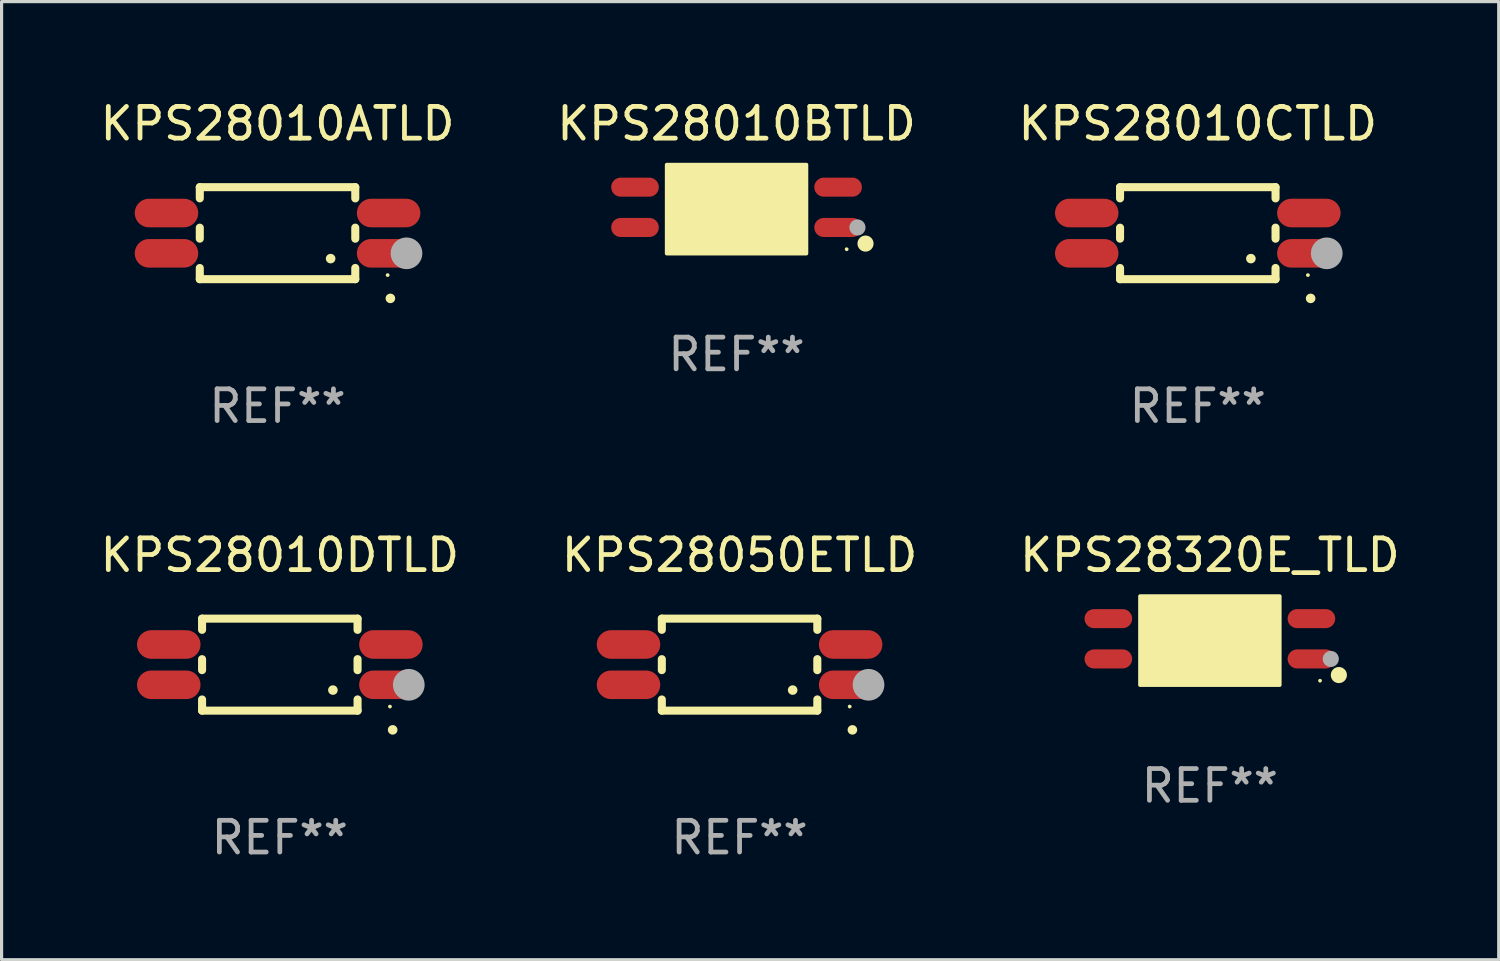
<source format=kicad_pcb>
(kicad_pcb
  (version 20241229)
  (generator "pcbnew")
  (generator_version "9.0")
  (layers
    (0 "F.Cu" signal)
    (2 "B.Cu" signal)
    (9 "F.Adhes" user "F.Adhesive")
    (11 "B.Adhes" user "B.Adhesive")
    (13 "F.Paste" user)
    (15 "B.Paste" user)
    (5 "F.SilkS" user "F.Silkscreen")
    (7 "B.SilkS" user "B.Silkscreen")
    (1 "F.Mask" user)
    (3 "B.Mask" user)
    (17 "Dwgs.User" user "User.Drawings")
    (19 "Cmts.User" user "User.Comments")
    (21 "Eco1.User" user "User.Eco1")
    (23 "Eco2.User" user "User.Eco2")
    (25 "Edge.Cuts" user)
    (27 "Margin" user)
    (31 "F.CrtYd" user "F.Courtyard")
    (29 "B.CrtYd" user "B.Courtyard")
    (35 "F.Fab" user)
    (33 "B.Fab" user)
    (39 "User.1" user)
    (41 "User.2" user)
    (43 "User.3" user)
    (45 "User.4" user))
  (footprint "KPS28320E_TLD"
    (layer "F.Cu")
    (at 35.077 17.08)
    (property "Reference" "KPS28320E_TLD" (at 0 -2.635 0) (layer "F.SilkS") (effects (font (size 1 1) (thickness 0.15))))
    (attr through_hole)
    (fp_arc (start 1.518948 1.015926) (mid 1.521488 1.01591) (end 1.524028 1.015926) (stroke (width 0.4) (type solid)) (layer "F.SilkS"))
    (fp_circle (center 3.47 1.32) (end 3.5 1.32) (stroke (width 0.06) (type solid)) (fill no) (layer "F.SilkS"))
    (fp_circle (center 4.064 1.143) (end 4.191 1.143) (stroke (width 0.254) (type solid)) (fill no) (layer "F.SilkS"))
    (fp_poly (pts (xy -2.2 -1.343) (xy 2.2 -1.343) (xy 2.2 1.457) (xy -2.2 1.457)) (stroke (width 0.12) (type solid)) (fill yes) (layer "F.SilkS"))
    (fp_circle (center 3.81 0.635) (end 3.937 0.635) (stroke (width 0.254) (type solid)) (fill no) (layer "F.Fab"))
    (fp_text user "REF**" (at 0 4.635 0) (layer "F.Fab") (effects (font (size 1 1) (thickness 0.15))))
    (pad "1" smd oval (at 3.2 0.635 270) (size 0.6 1.5) (layers "F.Cu" "F.Mask" "F.Paste"))
    (pad "2" smd oval (at 3.2 -0.635 270) (size 0.6 1.5) (layers "F.Cu" "F.Mask" "F.Paste"))
    (pad "3" smd oval (at -3.2 -0.635 270) (size 0.6 1.5) (layers "F.Cu" "F.Mask" "F.Paste"))
    (pad "4" smd oval (at -3.2 0.635 270) (size 0.6 1.5) (layers "F.Cu" "F.Mask" "F.Paste")))
  (footprint "KPS28010DTLD"
    (layer "F.Cu")
    (at 5.768 17.895)
    (property "Reference" "KPS28010DTLD" (at 0 -3.45 0) (layer "F.SilkS") (effects (font (size 1 1) (thickness 0.15))))
    (attr through_hole)
    (fp_line (start -2.45 -1.45) (end 2.45 -1.45) (stroke (width 0.254) (type solid)) (layer "F.SilkS"))
    (fp_line (start -2.45 -1.097) (end -2.45 -1.45) (stroke (width 0.254) (type solid)) (layer "F.SilkS"))
    (fp_line (start -2.45 0.173) (end -2.45 -0.173) (stroke (width 0.254) (type solid)) (layer "F.SilkS"))
    (fp_line (start -2.45 1.45) (end -2.45 1.097) (stroke (width 0.254) (type solid)) (layer "F.SilkS"))
    (fp_line (start -2.45 1.45) (end 2.45 1.45) (stroke (width 0.254) (type solid)) (layer "F.SilkS"))
    (fp_line (start 2.45 -1.096) (end 2.45 -1.45) (stroke (width 0.254) (type solid)) (layer "F.SilkS"))
    (fp_line (start 2.45 0.174) (end 2.45 -0.174) (stroke (width 0.254) (type solid)) (layer "F.SilkS"))
    (fp_line (start 2.45 1.45) (end 2.45 1.096) (stroke (width 0.254) (type solid)) (layer "F.SilkS"))
    (fp_arc (start 1.671882 0.801372) (mid 1.673152 0.801367) (end 1.674422 0.801372) (stroke (width 0.3) (type solid)) (layer "F.SilkS"))
    (fp_arc (start 3.554737 2.054991) (mid 3.556007 2.054986) (end 3.557277 2.054991) (stroke (width 0.3) (type solid)) (layer "F.SilkS"))
    (fp_circle (center 3.47 1.32) (end 3.5 1.32) (stroke (width 0.06) (type solid)) (fill no) (layer "F.SilkS"))
    (fp_circle (center 4.064 0.635) (end 4.314 0.635) (stroke (width 0.5) (type solid)) (fill no) (layer "F.Fab"))
    (fp_text user "REF**" (at 0 5.45 0) (layer "F.Fab") (effects (font (size 1 1) (thickness 0.15))))
    (pad "1" smd oval (at 3.5 0.635 270) (size 0.9 2) (layers "F.Cu" "F.Mask" "F.Paste"))
    (pad "2" smd oval (at 3.5 -0.635 270) (size 0.9 2) (layers "F.Cu" "F.Mask" "F.Paste"))
    (pad "3" smd oval (at -3.5 -0.635 270) (size 0.9 2) (layers "F.Cu" "F.Mask" "F.Paste"))
    (pad "4" smd oval (at -3.5 0.635 270) (size 0.9 2) (layers "F.Cu" "F.Mask" "F.Paste")))
  (footprint "KPS28010CTLD"
    (layer "F.Cu")
    (at 34.696 4.298)
    (property "Reference" "KPS28010CTLD" (at 0 -3.45 0) (layer "F.SilkS") (effects (font (size 1 1) (thickness 0.15))))
    (attr through_hole)
    (fp_line (start -2.45 -1.45) (end 2.45 -1.45) (stroke (width 0.254) (type solid)) (layer "F.SilkS"))
    (fp_line (start -2.45 -1.097) (end -2.45 -1.45) (stroke (width 0.254) (type solid)) (layer "F.SilkS"))
    (fp_line (start -2.45 0.173) (end -2.45 -0.173) (stroke (width 0.254) (type solid)) (layer "F.SilkS"))
    (fp_line (start -2.45 1.45) (end -2.45 1.097) (stroke (width 0.254) (type solid)) (layer "F.SilkS"))
    (fp_line (start -2.45 1.45) (end 2.45 1.45) (stroke (width 0.254) (type solid)) (layer "F.SilkS"))
    (fp_line (start 2.45 -1.096) (end 2.45 -1.45) (stroke (width 0.254) (type solid)) (layer "F.SilkS"))
    (fp_line (start 2.45 0.174) (end 2.45 -0.174) (stroke (width 0.254) (type solid)) (layer "F.SilkS"))
    (fp_line (start 2.45 1.45) (end 2.45 1.096) (stroke (width 0.254) (type solid)) (layer "F.SilkS"))
    (fp_arc (start 1.671882 0.801372) (mid 1.673152 0.801367) (end 1.674422 0.801372) (stroke (width 0.3) (type solid)) (layer "F.SilkS"))
    (fp_arc (start 3.554737 2.054991) (mid 3.556007 2.054986) (end 3.557277 2.054991) (stroke (width 0.3) (type solid)) (layer "F.SilkS"))
    (fp_circle (center 3.47 1.32) (end 3.5 1.32) (stroke (width 0.06) (type solid)) (fill no) (layer "F.SilkS"))
    (fp_circle (center 4.064 0.635) (end 4.314 0.635) (stroke (width 0.5) (type solid)) (fill no) (layer "F.Fab"))
    (fp_text user "REF**" (at 0 5.45 0) (layer "F.Fab") (effects (font (size 1 1) (thickness 0.15))))
    (pad "1" smd oval (at 3.5 0.635 270) (size 0.9 2) (layers "F.Cu" "F.Mask" "F.Paste"))
    (pad "2" smd oval (at 3.5 -0.635 270) (size 0.9 2) (layers "F.Cu" "F.Mask" "F.Paste"))
    (pad "3" smd oval (at -3.5 -0.635 270) (size 0.9 2) (layers "F.Cu" "F.Mask" "F.Paste"))
    (pad "4" smd oval (at -3.5 0.635 270) (size 0.9 2) (layers "F.Cu" "F.Mask" "F.Paste")))
  (footprint "KPS28010BTLD"
    (layer "F.Cu")
    (at 20.161 3.483)
    (property "Reference" "KPS28010BTLD" (at 0 -2.635 0) (layer "F.SilkS") (effects (font (size 1 1) (thickness 0.15))))
    (attr through_hole)
    (fp_arc (start 1.518948 1.015926) (mid 1.521488 1.01591) (end 1.524028 1.015926) (stroke (width 0.4) (type solid)) (layer "F.SilkS"))
    (fp_circle (center 3.47 1.32) (end 3.5 1.32) (stroke (width 0.06) (type solid)) (fill no) (layer "F.SilkS"))
    (fp_circle (center 4.064 1.143) (end 4.191 1.143) (stroke (width 0.254) (type solid)) (fill no) (layer "F.SilkS"))
    (fp_poly (pts (xy -2.2 -1.343) (xy 2.2 -1.343) (xy 2.2 1.457) (xy -2.2 1.457)) (stroke (width 0.12) (type solid)) (fill yes) (layer "F.SilkS"))
    (fp_circle (center 3.81 0.635) (end 3.937 0.635) (stroke (width 0.254) (type solid)) (fill no) (layer "F.Fab"))
    (fp_text user "REF**" (at 0 4.635 0) (layer "F.Fab") (effects (font (size 1 1) (thickness 0.15))))
    (pad "1" smd oval (at 3.2 0.635 270) (size 0.6 1.5) (layers "F.Cu" "F.Mask" "F.Paste"))
    (pad "2" smd oval (at 3.2 -0.635 270) (size 0.6 1.5) (layers "F.Cu" "F.Mask" "F.Paste"))
    (pad "3" smd oval (at -3.2 -0.635 270) (size 0.6 1.5) (layers "F.Cu" "F.Mask" "F.Paste"))
    (pad "4" smd oval (at -3.2 0.635 270) (size 0.6 1.5) (layers "F.Cu" "F.Mask" "F.Paste")))
  (footprint "KPS28010ATLD"
    (layer "F.Cu")
    (at 5.696 4.298)
    (property "Reference" "KPS28010ATLD" (at 0 -3.45 0) (layer "F.SilkS") (effects (font (size 1 1) (thickness 0.15))))
    (attr through_hole)
    (fp_line (start -2.45 -1.45) (end 2.45 -1.45) (stroke (width 0.254) (type solid)) (layer "F.SilkS"))
    (fp_line (start -2.45 -1.097) (end -2.45 -1.45) (stroke (width 0.254) (type solid)) (layer "F.SilkS"))
    (fp_line (start -2.45 0.173) (end -2.45 -0.173) (stroke (width 0.254) (type solid)) (layer "F.SilkS"))
    (fp_line (start -2.45 1.45) (end -2.45 1.097) (stroke (width 0.254) (type solid)) (layer "F.SilkS"))
    (fp_line (start -2.45 1.45) (end 2.45 1.45) (stroke (width 0.254) (type solid)) (layer "F.SilkS"))
    (fp_line (start 2.45 -1.096) (end 2.45 -1.45) (stroke (width 0.254) (type solid)) (layer "F.SilkS"))
    (fp_line (start 2.45 0.174) (end 2.45 -0.174) (stroke (width 0.254) (type solid)) (layer "F.SilkS"))
    (fp_line (start 2.45 1.45) (end 2.45 1.096) (stroke (width 0.254) (type solid)) (layer "F.SilkS"))
    (fp_arc (start 1.671882 0.801372) (mid 1.673152 0.801367) (end 1.674422 0.801372) (stroke (width 0.3) (type solid)) (layer "F.SilkS"))
    (fp_arc (start 3.554737 2.054991) (mid 3.556007 2.054986) (end 3.557277 2.054991) (stroke (width 0.3) (type solid)) (layer "F.SilkS"))
    (fp_circle (center 3.47 1.32) (end 3.5 1.32) (stroke (width 0.06) (type solid)) (fill no) (layer "F.SilkS"))
    (fp_circle (center 4.064 0.635) (end 4.314 0.635) (stroke (width 0.5) (type solid)) (fill no) (layer "F.Fab"))
    (fp_text user "REF**" (at 0 5.45 0) (layer "F.Fab") (effects (font (size 1 1) (thickness 0.15))))
    (pad "1" smd oval (at 3.5 0.635 270) (size 0.9 2) (layers "F.Cu" "F.Mask" "F.Paste"))
    (pad "2" smd oval (at 3.5 -0.635 270) (size 0.9 2) (layers "F.Cu" "F.Mask" "F.Paste"))
    (pad "3" smd oval (at -3.5 -0.635 270) (size 0.9 2) (layers "F.Cu" "F.Mask" "F.Paste"))
    (pad "4" smd oval (at -3.5 0.635 270) (size 0.9 2) (layers "F.Cu" "F.Mask" "F.Paste")))
  (footprint "KPS28050ETLD"
    (layer "F.Cu")
    (at 20.256 17.895)
    (property "Reference" "KPS28050ETLD" (at 0 -3.45 0) (layer "F.SilkS") (effects (font (size 1 1) (thickness 0.15))))
    (attr through_hole)
    (fp_line (start -2.45 -1.45) (end 2.45 -1.45) (stroke (width 0.254) (type solid)) (layer "F.SilkS"))
    (fp_line (start -2.45 -1.097) (end -2.45 -1.45) (stroke (width 0.254) (type solid)) (layer "F.SilkS"))
    (fp_line (start -2.45 0.173) (end -2.45 -0.173) (stroke (width 0.254) (type solid)) (layer "F.SilkS"))
    (fp_line (start -2.45 1.45) (end -2.45 1.097) (stroke (width 0.254) (type solid)) (layer "F.SilkS"))
    (fp_line (start -2.45 1.45) (end 2.45 1.45) (stroke (width 0.254) (type solid)) (layer "F.SilkS"))
    (fp_line (start 2.45 -1.096) (end 2.45 -1.45) (stroke (width 0.254) (type solid)) (layer "F.SilkS"))
    (fp_line (start 2.45 0.174) (end 2.45 -0.174) (stroke (width 0.254) (type solid)) (layer "F.SilkS"))
    (fp_line (start 2.45 1.45) (end 2.45 1.096) (stroke (width 0.254) (type solid)) (layer "F.SilkS"))
    (fp_arc (start 1.671882 0.801372) (mid 1.673152 0.801367) (end 1.674422 0.801372) (stroke (width 0.3) (type solid)) (layer "F.SilkS"))
    (fp_arc (start 3.554737 2.054991) (mid 3.556007 2.054986) (end 3.557277 2.054991) (stroke (width 0.3) (type solid)) (layer "F.SilkS"))
    (fp_circle (center 3.47 1.32) (end 3.5 1.32) (stroke (width 0.06) (type solid)) (fill no) (layer "F.SilkS"))
    (fp_circle (center 4.064 0.635) (end 4.314 0.635) (stroke (width 0.5) (type solid)) (fill no) (layer "F.Fab"))
    (fp_text user "REF**" (at 0 5.45 0) (layer "F.Fab") (effects (font (size 1 1) (thickness 0.15))))
    (pad "1" smd oval (at 3.5 0.635 270) (size 0.9 2) (layers "F.Cu" "F.Mask" "F.Paste"))
    (pad "2" smd oval (at 3.5 -0.635 270) (size 0.9 2) (layers "F.Cu" "F.Mask" "F.Paste"))
    (pad "3" smd oval (at -3.5 -0.635 270) (size 0.9 2) (layers "F.Cu" "F.Mask" "F.Paste"))
    (pad "4" smd oval (at -3.5 0.635 270) (size 0.9 2) (layers "F.Cu" "F.Mask" "F.Paste")))
  (gr_rect
    (start -3 -3)
    (end 44.179 27.193)
    (stroke (width 0.1) (type default))
    (fill no)
    (layer "Edge.Cuts")))
</source>
